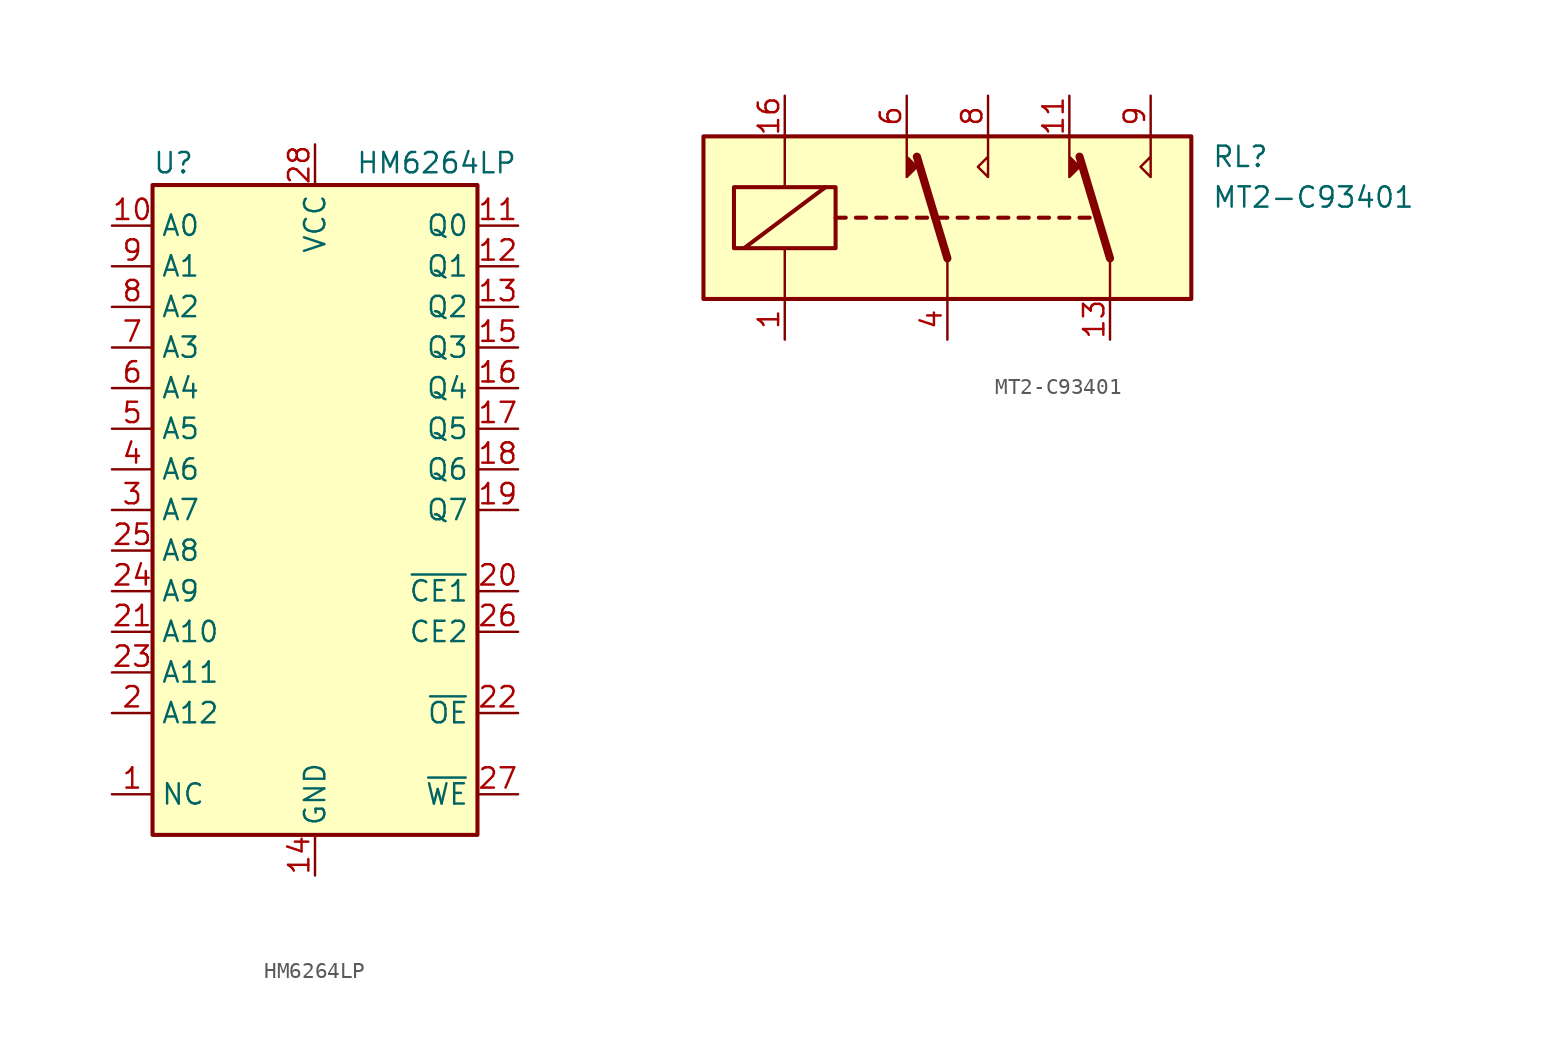
<source format=kicad_sym>
(kicad_symbol_lib
  (version 20211014)
  (generator kicad_symbol_editor)
  (symbol "HM6264LP"
    (property "Reference" "U"
      (at -10.16 20.955 0)
      (effects (font (size 1.27 1.27)) (justify left bottom)))
    (property "Value" "HM6264LP"
      (at 2.54 20.955 0)
      (effects (font (size 1.27 1.27)) (justify left bottom)))
    (symbol "HM6264LP_0_0"
      (pin power_in line (at 0 -22.86 90) (length 2.54) (name "GND" (effects (font (size 1.27 1.27)))) (number "14" (effects (font (size 1.27 1.27)))))
      (pin power_in line (at 0 22.86 270) (length 2.54) (name "VCC" (effects (font (size 1.27 1.27)))) (number "28" (effects (font (size 1.27 1.27))))))
    (symbol "HM6264LP_0_1"
      (rectangle (start -10.16 20.32) (end 10.16 -20.32) (stroke (width 0.254) (type default) (color 0 0 0 0)) (fill (type background))))
    (symbol "HM6264LP_1_1"
      (pin input line (at -12.7 -17.78 0) (length 2.54) (name "NC" (effects (font (size 1.27 1.27)))) (number "1" (effects (font (size 1.27 1.27)))))
      (pin input line (at -12.7 17.78 0) (length 2.54) (name "A0" (effects (font (size 1.27 1.27)))) (number "10" (effects (font (size 1.27 1.27)))))
      (pin tri_state line (at 12.7 17.78 180) (length 2.54) (name "Q0" (effects (font (size 1.27 1.27)))) (number "11" (effects (font (size 1.27 1.27)))))
      (pin tri_state line (at 12.7 15.24 180) (length 2.54) (name "Q1" (effects (font (size 1.27 1.27)))) (number "12" (effects (font (size 1.27 1.27)))))
      (pin tri_state line (at 12.7 12.7 180) (length 2.54) (name "Q2" (effects (font (size 1.27 1.27)))) (number "13" (effects (font (size 1.27 1.27)))))
      (pin tri_state line (at 12.7 10.16 180) (length 2.54) (name "Q3" (effects (font (size 1.27 1.27)))) (number "15" (effects (font (size 1.27 1.27)))))
      (pin tri_state line (at 12.7 7.62 180) (length 2.54) (name "Q4" (effects (font (size 1.27 1.27)))) (number "16" (effects (font (size 1.27 1.27)))))
      (pin tri_state line (at 12.7 5.08 180) (length 2.54) (name "Q5" (effects (font (size 1.27 1.27)))) (number "17" (effects (font (size 1.27 1.27)))))
      (pin tri_state line (at 12.7 2.54 180) (length 2.54) (name "Q6" (effects (font (size 1.27 1.27)))) (number "18" (effects (font (size 1.27 1.27)))))
      (pin tri_state line (at 12.7 0 180) (length 2.54) (name "Q7" (effects (font (size 1.27 1.27)))) (number "19" (effects (font (size 1.27 1.27)))))
      (pin input line (at -12.7 -12.7 0) (length 2.54) (name "A12" (effects (font (size 1.27 1.27)))) (number "2" (effects (font (size 1.27 1.27)))))
      (pin input line (at 12.7 -5.08 180) (length 2.54) (name "~{CE1}" (effects (font (size 1.27 1.27)))) (number "20" (effects (font (size 1.27 1.27)))))
      (pin input line (at -12.7 -7.62 0) (length 2.54) (name "A10" (effects (font (size 1.27 1.27)))) (number "21" (effects (font (size 1.27 1.27)))))
      (pin input line (at 12.7 -12.7 180) (length 2.54) (name "~{OE}" (effects (font (size 1.27 1.27)))) (number "22" (effects (font (size 1.27 1.27)))))
      (pin input line (at -12.7 -10.16 0) (length 2.54) (name "A11" (effects (font (size 1.27 1.27)))) (number "23" (effects (font (size 1.27 1.27)))))
      (pin input line (at -12.7 -5.08 0) (length 2.54) (name "A9" (effects (font (size 1.27 1.27)))) (number "24" (effects (font (size 1.27 1.27)))))
      (pin input line (at -12.7 -2.54 0) (length 2.54) (name "A8" (effects (font (size 1.27 1.27)))) (number "25" (effects (font (size 1.27 1.27)))))
      (pin input line (at 12.7 -7.62 180) (length 2.54) (name "CE2" (effects (font (size 1.27 1.27)))) (number "26" (effects (font (size 1.27 1.27)))))
      (pin input line (at 12.7 -17.78 180) (length 2.54) (name "~{WE}" (effects (font (size 1.27 1.27)))) (number "27" (effects (font (size 1.27 1.27)))))
      (pin input line (at -12.7 0 0) (length 2.54) (name "A7" (effects (font (size 1.27 1.27)))) (number "3" (effects (font (size 1.27 1.27)))))
      (pin input line (at -12.7 2.54 0) (length 2.54) (name "A6" (effects (font (size 1.27 1.27)))) (number "4" (effects (font (size 1.27 1.27)))))
      (pin input line (at -12.7 5.08 0) (length 2.54) (name "A5" (effects (font (size 1.27 1.27)))) (number "5" (effects (font (size 1.27 1.27)))))
      (pin input line (at -12.7 7.62 0) (length 2.54) (name "A4" (effects (font (size 1.27 1.27)))) (number "6" (effects (font (size 1.27 1.27)))))
      (pin input line (at -12.7 10.16 0) (length 2.54) (name "A3" (effects (font (size 1.27 1.27)))) (number "7" (effects (font (size 1.27 1.27)))))
      (pin input line (at -12.7 12.7 0) (length 2.54) (name "A2" (effects (font (size 1.27 1.27)))) (number "8" (effects (font (size 1.27 1.27)))))
      (pin input line (at -12.7 15.24 0) (length 2.54) (name "A1" (effects (font (size 1.27 1.27)))) (number "9" (effects (font (size 1.27 1.27)))))))
  (symbol "MT2-C93401"
    (property "Reference" "RL"
      (at 16.51 3.81 0)
      (effects (font (size 1.27 1.27)) (justify left)))
    (property "Value" "MT2-C93401"
      (at 16.51 1.27 0)
      (effects (font (size 1.27 1.27)) (justify left)))
    (symbol "MT2-C93401_0_1"
      (rectangle (start -15.24 5.08) (end 15.24 -5.08) (stroke (width 0.254) (type default) (color 0 0 0 0)) (fill (type background)))
      (rectangle (start -13.335 1.905) (end -6.985 -1.905) (stroke (width 0.254) (type default) (color 0 0 0 0)) (fill (type none)))
      (polyline (pts (xy -12.7 -1.905) (xy -7.62 1.905)) (stroke (width 0.254) (type default) (color 0 0 0 0)) (fill (type none)))
      (polyline (pts (xy -10.16 -5.08) (xy -10.16 -1.905)) (stroke (width 0) (type default) (color 0 0 0 0)) (fill (type none)))
      (polyline (pts (xy -10.16 5.08) (xy -10.16 1.905)) (stroke (width 0) (type default) (color 0 0 0 0)) (fill (type none)))
      (polyline (pts (xy -6.985 0) (xy -6.35 0)) (stroke (width 0.254) (type default) (color 0 0 0 0)) (fill (type none)))
      (polyline (pts (xy -5.715 0) (xy -5.08 0)) (stroke (width 0.254) (type default) (color 0 0 0 0)) (fill (type none)))
      (polyline (pts (xy -4.445 0) (xy -3.81 0)) (stroke (width 0.254) (type default) (color 0 0 0 0)) (fill (type none)))
      (polyline (pts (xy -3.175 0) (xy -2.54 0)) (stroke (width 0.254) (type default) (color 0 0 0 0)) (fill (type none)))
      (polyline (pts (xy -1.905 0) (xy -1.27 0)) (stroke (width 0.254) (type default) (color 0 0 0 0)) (fill (type none)))
      (polyline (pts (xy -0.635 0) (xy 0 0)) (stroke (width 0.254) (type default) (color 0 0 0 0)) (fill (type none)))
      (polyline (pts (xy 0 -2.54) (xy -1.905 3.81)) (stroke (width 0.508) (type default) (color 0 0 0 0)) (fill (type none)))
      (polyline (pts (xy 0 -2.54) (xy 0 -5.08)) (stroke (width 0) (type default) (color 0 0 0 0)) (fill (type none)))
      (polyline (pts (xy 0.635 0) (xy 1.27 0)) (stroke (width 0.254) (type default) (color 0 0 0 0)) (fill (type none)))
      (polyline (pts (xy 1.905 0) (xy 2.54 0)) (stroke (width 0.254) (type default) (color 0 0 0 0)) (fill (type none)))
      (polyline (pts (xy 3.175 0) (xy 3.81 0)) (stroke (width 0.254) (type default) (color 0 0 0 0)) (fill (type none)))
      (polyline (pts (xy 4.445 0) (xy 5.08 0)) (stroke (width 0.254) (type default) (color 0 0 0 0)) (fill (type none)))
      (polyline (pts (xy 5.715 0) (xy 6.35 0)) (stroke (width 0.254) (type default) (color 0 0 0 0)) (fill (type none)))
      (polyline (pts (xy 6.985 0) (xy 7.62 0)) (stroke (width 0.254) (type default) (color 0 0 0 0)) (fill (type none)))
      (polyline (pts (xy 8.255 0) (xy 8.89 0)) (stroke (width 0.254) (type default) (color 0 0 0 0)) (fill (type none)))
      (polyline (pts (xy 10.16 -2.54) (xy 8.255 3.81)) (stroke (width 0.508) (type default) (color 0 0 0 0)) (fill (type none)))
      (polyline (pts (xy 10.16 -2.54) (xy 10.16 -5.08)) (stroke (width 0) (type default) (color 0 0 0 0)) (fill (type none)))
      (polyline (pts (xy -2.54 5.08) (xy -2.54 2.54) (xy -1.905 3.175) (xy -2.54 3.81)) (stroke (width 0) (type default) (color 0 0 0 0)) (fill (type outline)))
      (polyline (pts (xy 2.54 5.08) (xy 2.54 2.54) (xy 1.905 3.175) (xy 2.54 3.81)) (stroke (width 0) (type default) (color 0 0 0 0)) (fill (type none)))
      (polyline (pts (xy 7.62 5.08) (xy 7.62 2.54) (xy 8.255 3.175) (xy 7.62 3.81)) (stroke (width 0) (type default) (color 0 0 0 0)) (fill (type outline)))
      (polyline (pts (xy 12.7 5.08) (xy 12.7 2.54) (xy 12.065 3.175) (xy 12.7 3.81)) (stroke (width 0) (type default) (color 0 0 0 0)) (fill (type none))))
    (symbol "MT2-C93401_1_1"
      (pin passive line (at -10.16 -7.62 90) (length 2.54) (name "~" (effects (font (size 1.27 1.27)))) (number "1" (effects (font (size 1.27 1.27)))))
      (pin passive line (at 7.62 7.62 270) (length 2.54) (name "~" (effects (font (size 1.27 1.27)))) (number "11" (effects (font (size 1.27 1.27)))))
      (pin passive line (at 10.16 -7.62 90) (length 2.54) (name "~" (effects (font (size 1.27 1.27)))) (number "13" (effects (font (size 1.27 1.27)))))
      (pin passive line (at -10.16 7.62 270) (length 2.54) (name "~" (effects (font (size 1.27 1.27)))) (number "16" (effects (font (size 1.27 1.27)))))
      (pin passive line (at 0 -7.62 90) (length 2.54) (name "~" (effects (font (size 1.27 1.27)))) (number "4" (effects (font (size 1.27 1.27)))))
      (pin passive line (at -2.54 7.62 270) (length 2.54) (name "~" (effects (font (size 1.27 1.27)))) (number "6" (effects (font (size 1.27 1.27)))))
      (pin passive line (at 2.54 7.62 270) (length 2.54) (name "~" (effects (font (size 1.27 1.27)))) (number "8" (effects (font (size 1.27 1.27)))))
      (pin passive line (at 12.7 7.62 270) (length 2.54) (name "~" (effects (font (size 1.27 1.27)))) (number "9" (effects (font (size 1.27 1.27))))))))
</source>
